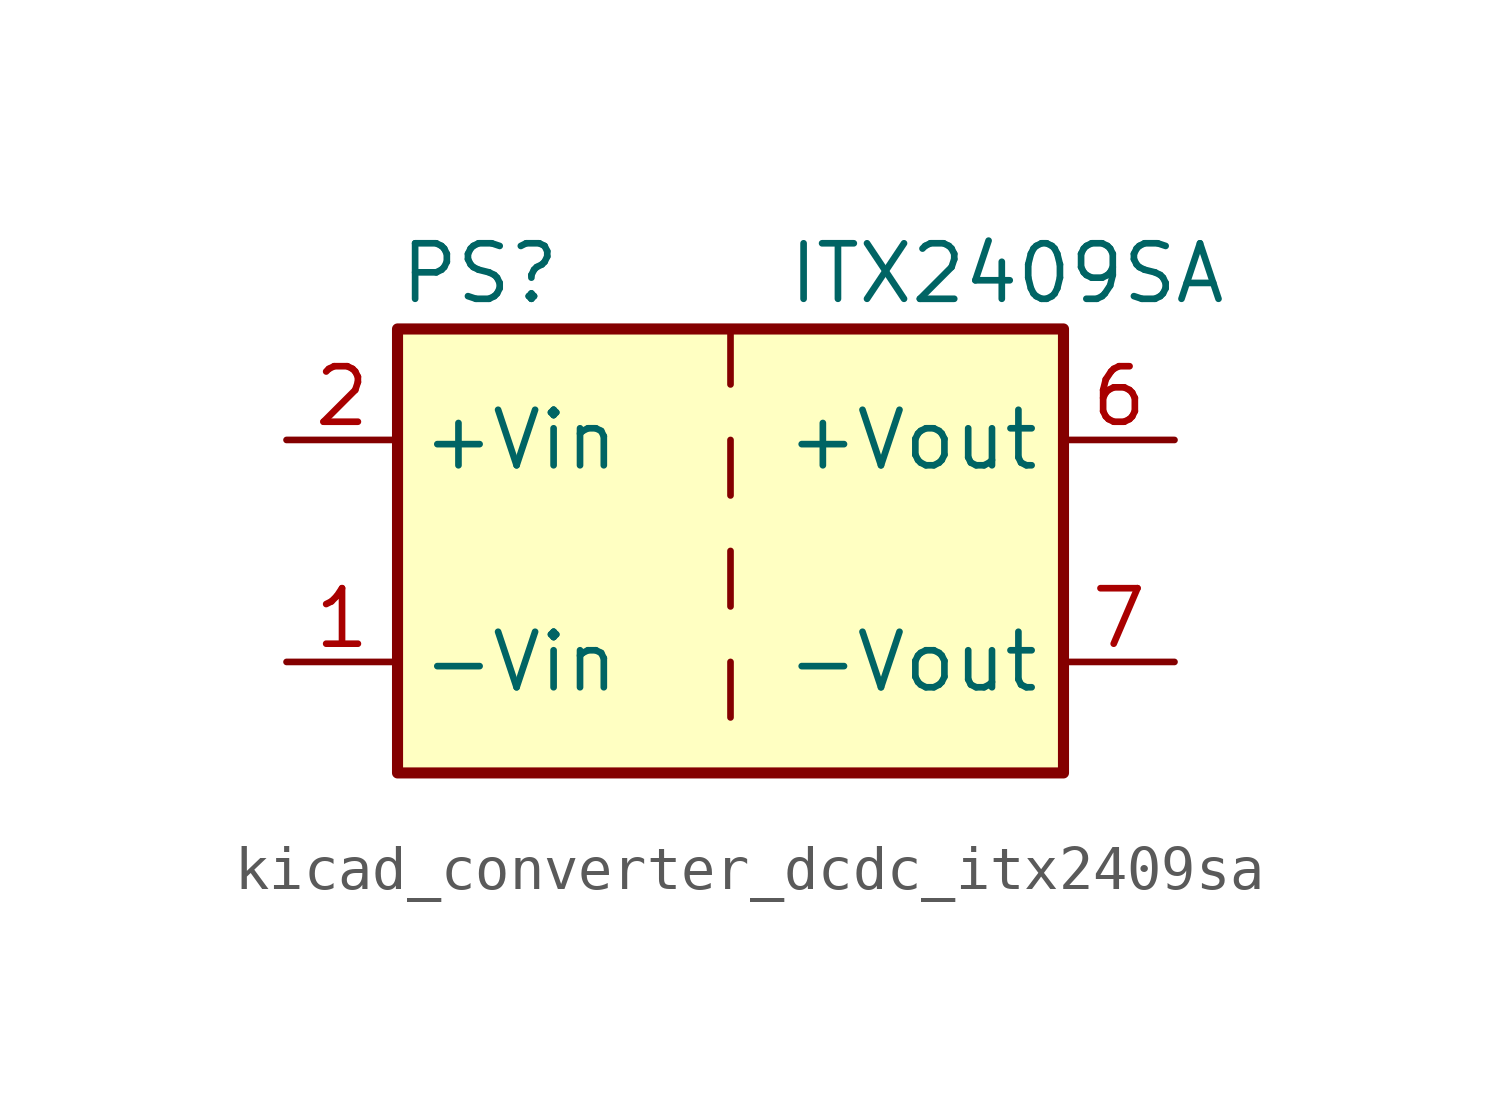
<source format=kicad_sym>
(kicad_symbol_lib
  (version 20220914)
  (generator kicad_symbol_editor)
  (symbol "kicad_converter_dcdc_itx2409sa"
    (property "Reference" "PS"
      (at -7.62 6.35 0)
      (effects (font (size 1.27 1.27)) (justify left)))
    (property "Value" "ITX2409SA"
      (at 1.27 6.35 0)
      (effects (font (size 1.27 1.27)) (justify left)))
    (symbol "kicad_converter_dcdc_itx2409sa_0_0"
      (pin power_in line (at -10.16 -2.54 0) (length 2.54) (name "-Vin" (effects (font (size 1.27 1.27)))) (number "1" (effects (font (size 1.27 1.27)))))
      (pin power_in line (at -10.16 2.54 0) (length 2.54) (name "+Vin" (effects (font (size 1.27 1.27)))) (number "2" (effects (font (size 1.27 1.27)))))
      (pin power_out line (at 10.16 2.54 180) (length 2.54) (name "+Vout" (effects (font (size 1.27 1.27)))) (number "6" (effects (font (size 1.27 1.27)))))
      (pin power_out line (at 10.16 -2.54 180) (length 2.54) (name "-Vout" (effects (font (size 1.27 1.27)))) (number "7" (effects (font (size 1.27 1.27)))))
      (pin no_connect line (at 7.62 0 180) (length 2.54) hide (name "NC" (effects (font (size 1.27 1.27)))) (number "8" (effects (font (size 1.27 1.27))))))
    (symbol "kicad_converter_dcdc_itx2409sa_0_1"
      (rectangle (start -7.62 5.08) (end 7.62 -5.08) (stroke (width 0.254) (type default)) (fill (type background)))
      (polyline (pts (xy 0 -2.54) (xy 0 -3.81)) (stroke (width 0) (type default)) (fill (type none)))
      (polyline (pts (xy 0 0) (xy 0 -1.27)) (stroke (width 0) (type default)) (fill (type none)))
      (polyline (pts (xy 0 2.54) (xy 0 1.27)) (stroke (width 0) (type default)) (fill (type none)))
      (polyline (pts (xy 0 5.08) (xy 0 3.81)) (stroke (width 0) (type default)) (fill (type none))))))
</source>
